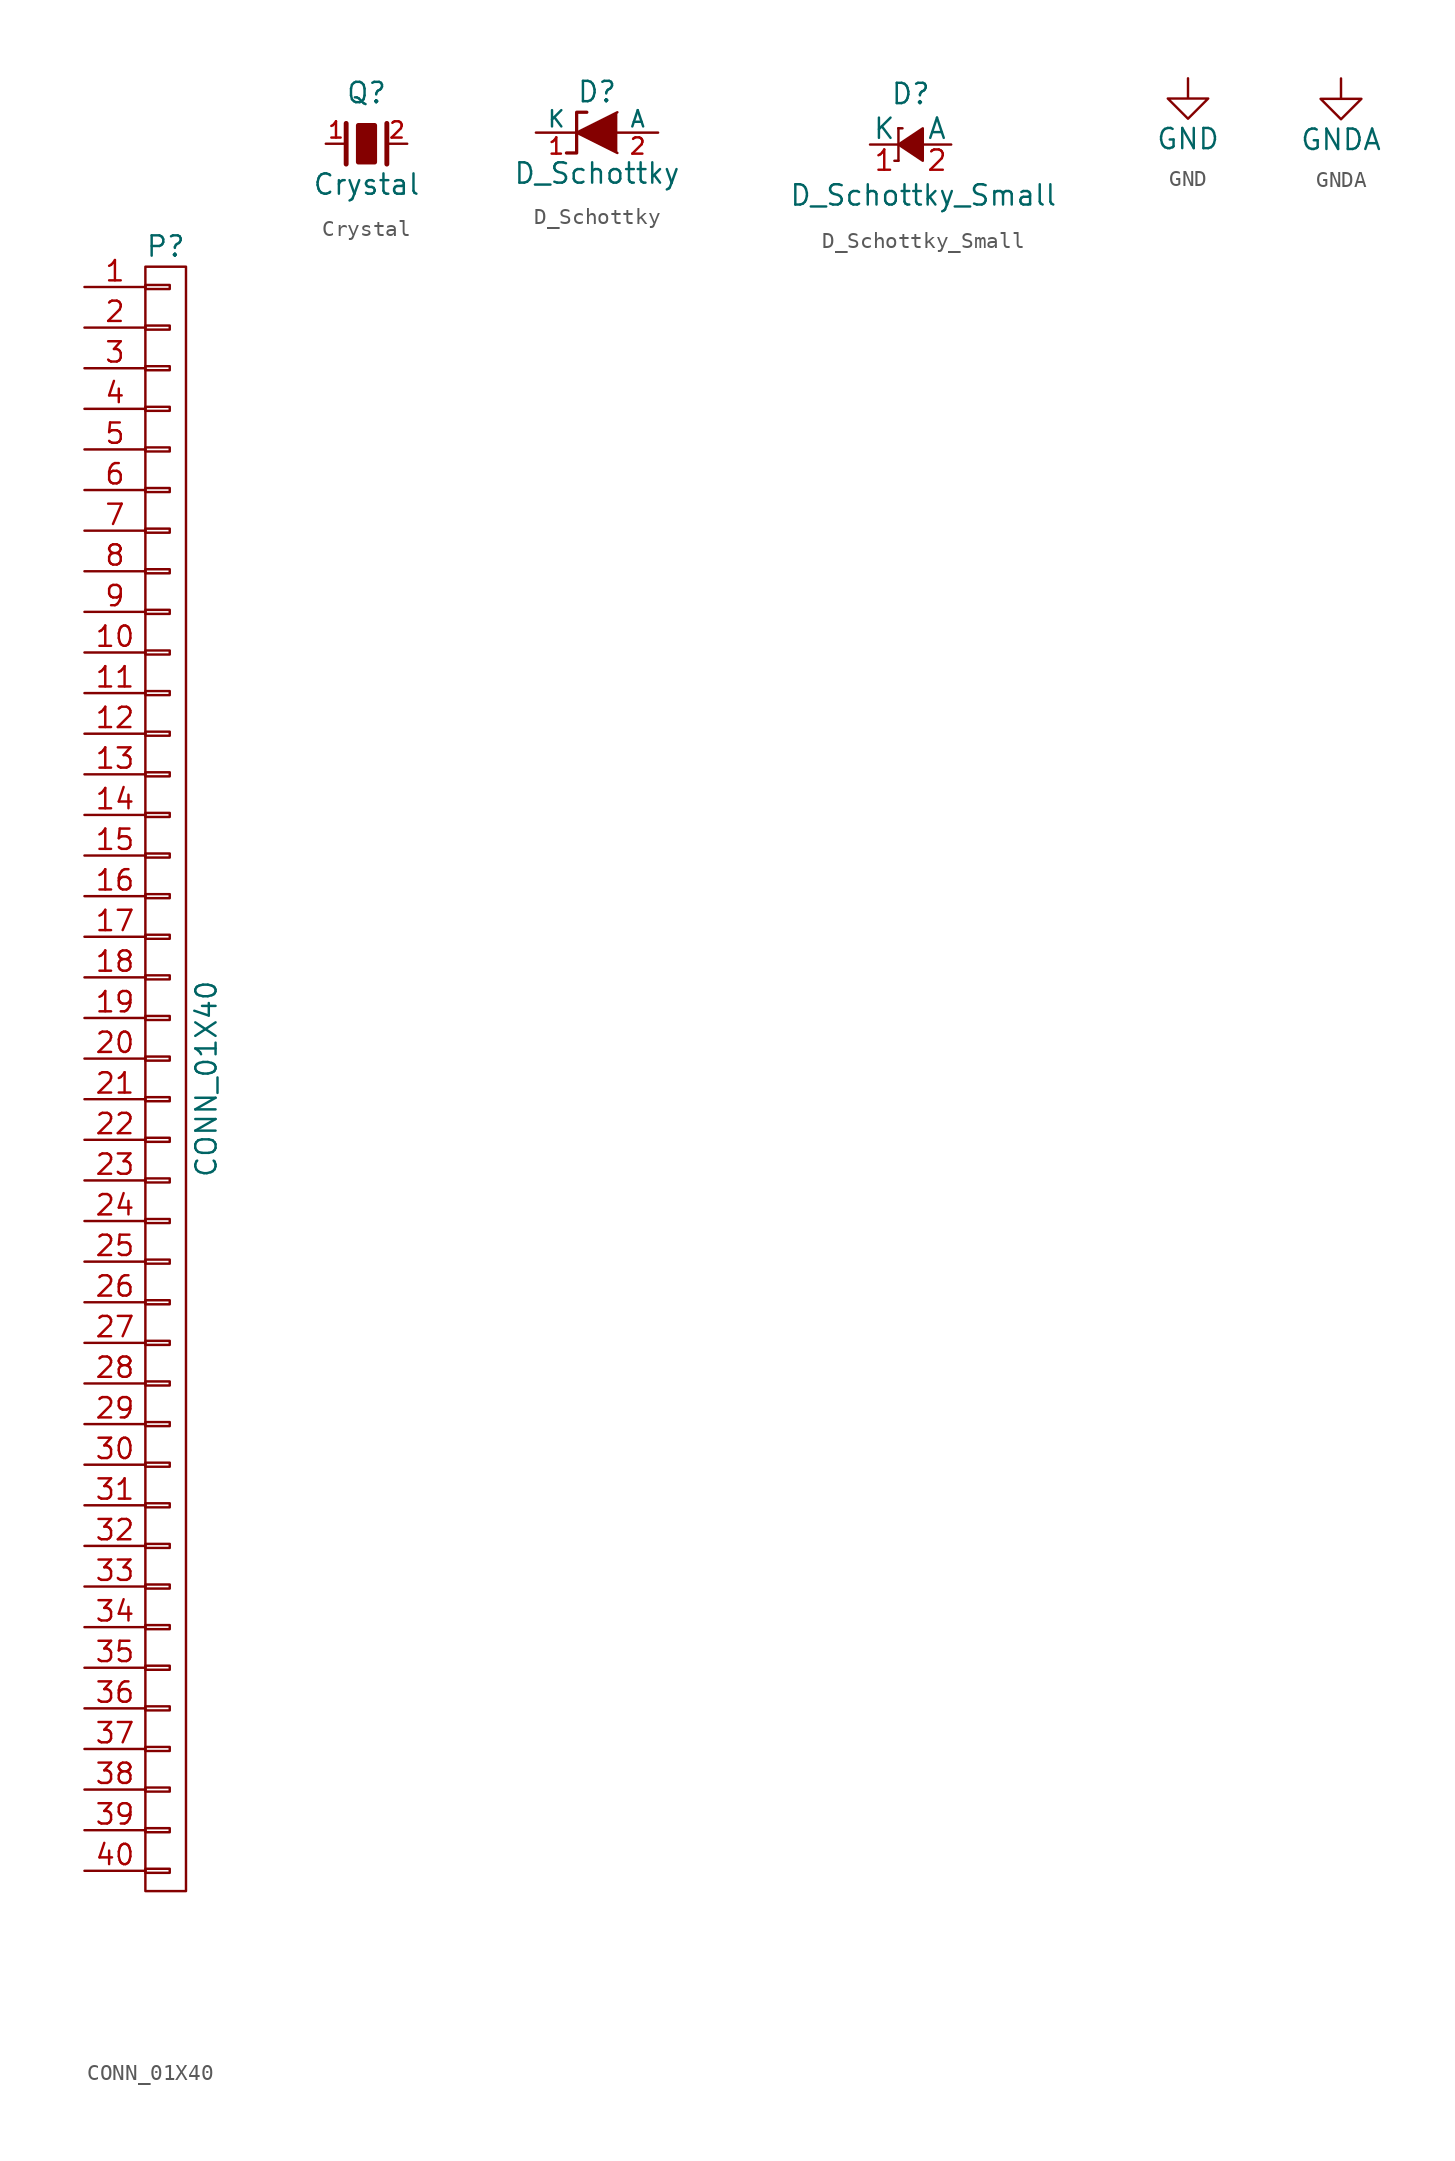
<source format=kicad_sym>
(kicad_symbol_lib
  (version 20241209)
  (generator "kicad_symbol_editor")
  (generator_version "9.0")
  (symbol "CONN_01X40"
    (pin_names
      (offset 1.016)
      (hide yes))
    (property "Reference" "P"
      (at 0 52.07 0)
      (effects (font (size 1.27 1.27))))
    (property "Value" "CONN_01X40"
      (at 2.54 0 90)
      (effects (font (size 1.27 1.27))))
    (property "Footprint" ""
      (at 0 0 0)
      (effects (font (size 1.27 1.27))))
    (property "Datasheet" ""
      (at 0 0 0)
      (effects (font (size 1.27 1.27))))
    (symbol "CONN_01X40_0_1"
      (rectangle (start -1.27 50.8) (end 1.27 -50.8) (stroke (width 0) (type solid)) (fill (type none)))
      (rectangle (start -1.27 49.657) (end 0.254 49.403) (stroke (width 0) (type solid)) (fill (type none)))
      (rectangle (start -1.27 47.117) (end 0.254 46.863) (stroke (width 0) (type solid)) (fill (type none)))
      (rectangle (start -1.27 44.577) (end 0.254 44.323) (stroke (width 0) (type solid)) (fill (type none)))
      (rectangle (start -1.27 42.037) (end 0.254 41.783) (stroke (width 0) (type solid)) (fill (type none)))
      (rectangle (start -1.27 39.497) (end 0.254 39.243) (stroke (width 0) (type solid)) (fill (type none)))
      (rectangle (start -1.27 36.957) (end 0.254 36.703) (stroke (width 0) (type solid)) (fill (type none)))
      (rectangle (start -1.27 34.417) (end 0.254 34.163) (stroke (width 0) (type solid)) (fill (type none)))
      (rectangle (start -1.27 31.877) (end 0.254 31.623) (stroke (width 0) (type solid)) (fill (type none)))
      (rectangle (start -1.27 29.337) (end 0.254 29.083) (stroke (width 0) (type solid)) (fill (type none)))
      (rectangle (start -1.27 26.797) (end 0.254 26.543) (stroke (width 0) (type solid)) (fill (type none)))
      (rectangle (start -1.27 24.257) (end 0.254 24.003) (stroke (width 0) (type solid)) (fill (type none)))
      (rectangle (start -1.27 21.717) (end 0.254 21.463) (stroke (width 0) (type solid)) (fill (type none)))
      (rectangle (start -1.27 19.177) (end 0.254 18.923) (stroke (width 0) (type solid)) (fill (type none)))
      (rectangle (start -1.27 16.637) (end 0.254 16.383) (stroke (width 0) (type solid)) (fill (type none)))
      (rectangle (start -1.27 14.097) (end 0.254 13.843) (stroke (width 0) (type solid)) (fill (type none)))
      (rectangle (start -1.27 11.557) (end 0.254 11.303) (stroke (width 0) (type solid)) (fill (type none)))
      (rectangle (start -1.27 9.017) (end 0.254 8.763) (stroke (width 0) (type solid)) (fill (type none)))
      (rectangle (start -1.27 6.477) (end 0.254 6.223) (stroke (width 0) (type solid)) (fill (type none)))
      (rectangle (start -1.27 3.937) (end 0.254 3.683) (stroke (width 0) (type solid)) (fill (type none)))
      (rectangle (start -1.27 1.397) (end 0.254 1.143) (stroke (width 0) (type solid)) (fill (type none)))
      (rectangle (start -1.27 -1.143) (end 0.254 -1.397) (stroke (width 0) (type solid)) (fill (type none)))
      (rectangle (start -1.27 -3.683) (end 0.254 -3.937) (stroke (width 0) (type solid)) (fill (type none)))
      (rectangle (start -1.27 -6.223) (end 0.254 -6.477) (stroke (width 0) (type solid)) (fill (type none)))
      (rectangle (start -1.27 -8.763) (end 0.254 -9.017) (stroke (width 0) (type solid)) (fill (type none)))
      (rectangle (start -1.27 -11.303) (end 0.254 -11.557) (stroke (width 0) (type solid)) (fill (type none)))
      (rectangle (start -1.27 -13.843) (end 0.254 -14.097) (stroke (width 0) (type solid)) (fill (type none)))
      (rectangle (start -1.27 -16.383) (end 0.254 -16.637) (stroke (width 0) (type solid)) (fill (type none)))
      (rectangle (start -1.27 -18.923) (end 0.254 -19.177) (stroke (width 0) (type solid)) (fill (type none)))
      (rectangle (start -1.27 -21.463) (end 0.254 -21.717) (stroke (width 0) (type solid)) (fill (type none)))
      (rectangle (start -1.27 -24.003) (end 0.254 -24.257) (stroke (width 0) (type solid)) (fill (type none)))
      (rectangle (start -1.27 -26.543) (end 0.254 -26.797) (stroke (width 0) (type solid)) (fill (type none)))
      (rectangle (start -1.27 -29.083) (end 0.254 -29.337) (stroke (width 0) (type solid)) (fill (type none)))
      (rectangle (start -1.27 -31.623) (end 0.254 -31.877) (stroke (width 0) (type solid)) (fill (type none)))
      (rectangle (start -1.27 -34.163) (end 0.254 -34.417) (stroke (width 0) (type solid)) (fill (type none)))
      (rectangle (start -1.27 -36.703) (end 0.254 -36.957) (stroke (width 0) (type solid)) (fill (type none)))
      (rectangle (start -1.27 -39.243) (end 0.254 -39.497) (stroke (width 0) (type solid)) (fill (type none)))
      (rectangle (start -1.27 -41.783) (end 0.254 -42.037) (stroke (width 0) (type solid)) (fill (type none)))
      (rectangle (start -1.27 -44.323) (end 0.254 -44.577) (stroke (width 0) (type solid)) (fill (type none)))
      (rectangle (start -1.27 -46.863) (end 0.254 -47.117) (stroke (width 0) (type solid)) (fill (type none)))
      (rectangle (start -1.27 -49.403) (end 0.254 -49.657) (stroke (width 0) (type solid)) (fill (type none))))
    (symbol "CONN_01X40_1_1"
      (pin passive line (at -5.08 49.53 0) (length 3.81) (name "P1" (effects (font (size 1.27 1.27)))) (number "1" (effects (font (size 1.27 1.27)))))
      (pin passive line (at -5.08 46.99 0) (length 3.81) (name "P2" (effects (font (size 1.27 1.27)))) (number "2" (effects (font (size 1.27 1.27)))))
      (pin passive line (at -5.08 44.45 0) (length 3.81) (name "P3" (effects (font (size 1.27 1.27)))) (number "3" (effects (font (size 1.27 1.27)))))
      (pin passive line (at -5.08 41.91 0) (length 3.81) (name "P4" (effects (font (size 1.27 1.27)))) (number "4" (effects (font (size 1.27 1.27)))))
      (pin passive line (at -5.08 39.37 0) (length 3.81) (name "P5" (effects (font (size 1.27 1.27)))) (number "5" (effects (font (size 1.27 1.27)))))
      (pin passive line (at -5.08 36.83 0) (length 3.81) (name "P6" (effects (font (size 1.27 1.27)))) (number "6" (effects (font (size 1.27 1.27)))))
      (pin passive line (at -5.08 34.29 0) (length 3.81) (name "P7" (effects (font (size 1.27 1.27)))) (number "7" (effects (font (size 1.27 1.27)))))
      (pin passive line (at -5.08 31.75 0) (length 3.81) (name "P8" (effects (font (size 1.27 1.27)))) (number "8" (effects (font (size 1.27 1.27)))))
      (pin passive line (at -5.08 29.21 0) (length 3.81) (name "P9" (effects (font (size 1.27 1.27)))) (number "9" (effects (font (size 1.27 1.27)))))
      (pin passive line (at -5.08 26.67 0) (length 3.81) (name "P10" (effects (font (size 1.27 1.27)))) (number "10" (effects (font (size 1.27 1.27)))))
      (pin passive line (at -5.08 24.13 0) (length 3.81) (name "P11" (effects (font (size 1.27 1.27)))) (number "11" (effects (font (size 1.27 1.27)))))
      (pin passive line (at -5.08 21.59 0) (length 3.81) (name "P12" (effects (font (size 1.27 1.27)))) (number "12" (effects (font (size 1.27 1.27)))))
      (pin passive line (at -5.08 19.05 0) (length 3.81) (name "P13" (effects (font (size 1.27 1.27)))) (number "13" (effects (font (size 1.27 1.27)))))
      (pin passive line (at -5.08 16.51 0) (length 3.81) (name "P14" (effects (font (size 1.27 1.27)))) (number "14" (effects (font (size 1.27 1.27)))))
      (pin passive line (at -5.08 13.97 0) (length 3.81) (name "P15" (effects (font (size 1.27 1.27)))) (number "15" (effects (font (size 1.27 1.27)))))
      (pin passive line (at -5.08 11.43 0) (length 3.81) (name "P16" (effects (font (size 1.27 1.27)))) (number "16" (effects (font (size 1.27 1.27)))))
      (pin passive line (at -5.08 8.89 0) (length 3.81) (name "P17" (effects (font (size 1.27 1.27)))) (number "17" (effects (font (size 1.27 1.27)))))
      (pin passive line (at -5.08 6.35 0) (length 3.81) (name "P18" (effects (font (size 1.27 1.27)))) (number "18" (effects (font (size 1.27 1.27)))))
      (pin passive line (at -5.08 3.81 0) (length 3.81) (name "P19" (effects (font (size 1.27 1.27)))) (number "19" (effects (font (size 1.27 1.27)))))
      (pin passive line (at -5.08 1.27 0) (length 3.81) (name "P20" (effects (font (size 1.27 1.27)))) (number "20" (effects (font (size 1.27 1.27)))))
      (pin passive line (at -5.08 -1.27 0) (length 3.81) (name "P21" (effects (font (size 1.27 1.27)))) (number "21" (effects (font (size 1.27 1.27)))))
      (pin passive line (at -5.08 -3.81 0) (length 3.81) (name "P22" (effects (font (size 1.27 1.27)))) (number "22" (effects (font (size 1.27 1.27)))))
      (pin passive line (at -5.08 -6.35 0) (length 3.81) (name "P23" (effects (font (size 1.27 1.27)))) (number "23" (effects (font (size 1.27 1.27)))))
      (pin passive line (at -5.08 -8.89 0) (length 3.81) (name "P24" (effects (font (size 1.27 1.27)))) (number "24" (effects (font (size 1.27 1.27)))))
      (pin passive line (at -5.08 -11.43 0) (length 3.81) (name "P25" (effects (font (size 1.27 1.27)))) (number "25" (effects (font (size 1.27 1.27)))))
      (pin passive line (at -5.08 -13.97 0) (length 3.81) (name "P26" (effects (font (size 1.27 1.27)))) (number "26" (effects (font (size 1.27 1.27)))))
      (pin passive line (at -5.08 -16.51 0) (length 3.81) (name "P27" (effects (font (size 1.27 1.27)))) (number "27" (effects (font (size 1.27 1.27)))))
      (pin passive line (at -5.08 -19.05 0) (length 3.81) (name "P28" (effects (font (size 1.27 1.27)))) (number "28" (effects (font (size 1.27 1.27)))))
      (pin passive line (at -5.08 -21.59 0) (length 3.81) (name "P29" (effects (font (size 1.27 1.27)))) (number "29" (effects (font (size 1.27 1.27)))))
      (pin passive line (at -5.08 -24.13 0) (length 3.81) (name "P30" (effects (font (size 1.27 1.27)))) (number "30" (effects (font (size 1.27 1.27)))))
      (pin passive line (at -5.08 -26.67 0) (length 3.81) (name "P31" (effects (font (size 1.27 1.27)))) (number "31" (effects (font (size 1.27 1.27)))))
      (pin passive line (at -5.08 -29.21 0) (length 3.81) (name "P32" (effects (font (size 1.27 1.27)))) (number "32" (effects (font (size 1.27 1.27)))))
      (pin passive line (at -5.08 -31.75 0) (length 3.81) (name "P33" (effects (font (size 1.27 1.27)))) (number "33" (effects (font (size 1.27 1.27)))))
      (pin passive line (at -5.08 -34.29 0) (length 3.81) (name "P34" (effects (font (size 1.27 1.27)))) (number "34" (effects (font (size 1.27 1.27)))))
      (pin passive line (at -5.08 -36.83 0) (length 3.81) (name "P35" (effects (font (size 1.27 1.27)))) (number "35" (effects (font (size 1.27 1.27)))))
      (pin passive line (at -5.08 -39.37 0) (length 3.81) (name "P36" (effects (font (size 1.27 1.27)))) (number "36" (effects (font (size 1.27 1.27)))))
      (pin passive line (at -5.08 -41.91 0) (length 3.81) (name "P37" (effects (font (size 1.27 1.27)))) (number "37" (effects (font (size 1.27 1.27)))))
      (pin passive line (at -5.08 -44.45 0) (length 3.81) (name "P38" (effects (font (size 1.27 1.27)))) (number "38" (effects (font (size 1.27 1.27)))))
      (pin passive line (at -5.08 -46.99 0) (length 3.81) (name "P39" (effects (font (size 1.27 1.27)))) (number "39" (effects (font (size 1.27 1.27)))))
      (pin passive line (at -5.08 -49.53 0) (length 3.81) (name "P40" (effects (font (size 1.27 1.27)))) (number "40" (effects (font (size 1.27 1.27)))))))
  (symbol "Crystal"
    (pin_names
      (offset 1.016)
      (hide yes))
    (property "Reference" "Q"
      (at 0 3.175 0)
      (effects (font (size 1.27 1.27))))
    (property "Value" "Crystal"
      (at 0 -2.54 0)
      (effects (font (size 1.27 1.27))))
    (property "Footprint" ""
      (at 0 0 0)
      (effects (font (size 1.524 1.524))))
    (property "Datasheet" ""
      (at 0 0 0)
      (effects (font (size 1.524 1.524))))
    (symbol "Crystal_0_1"
      (polyline (pts (xy -1.27 -1.27) (xy -1.27 1.27)) (stroke (width 0.305) (type solid)) (fill (type none)))
      (rectangle (start -0.508 1.143) (end 0.508 -1.143) (stroke (width 0.305) (type solid)) (fill (type outline)))
      (polyline (pts (xy 1.27 -1.27) (xy 1.27 1.27)) (stroke (width 0.305) (type solid)) (fill (type none))))
    (symbol "Crystal_1_1"
      (pin passive line (at -2.54 0 0) (length 1.27) (name "1" (effects (font (size 1.016 1.016)))) (number "1" (effects (font (size 1.016 1.016)))))
      (pin passive line (at 2.54 0 180) (length 1.27) (name "2" (effects (font (size 1.016 1.016)))) (number "2" (effects (font (size 1.016 1.016)))))))
  (symbol "D_Schottky"
    (pin_names
      (offset 0))
    (property "Reference" "D"
      (at 0 2.54 0)
      (effects (font (size 1.27 1.27))))
    (property "Value" "D_Schottky"
      (at 0 -2.54 0)
      (effects (font (size 1.27 1.27))))
    (property "Footprint" ""
      (at 0 0 0)
      (effects (font (size 1.524 1.524))))
    (property "Datasheet" ""
      (at 0 0 0)
      (effects (font (size 1.524 1.524))))
    (symbol "D_Schottky_0_1"
      (polyline (pts (xy -0.635 1.27) (xy -1.27 1.27) (xy -1.27 -1.27) (xy -1.905 -1.27)) (stroke (width 0.203) (type solid)) (fill (type none)))
      (polyline (pts (xy 1.27 -1.27) (xy -1.27 0) (xy 1.27 1.27)) (stroke (width 0) (type solid)) (fill (type outline))))
    (symbol "D_Schottky_1_1"
      (pin passive line (at -3.81 0 0) (length 2.54) (name "K" (effects (font (size 1.016 1.016)))) (number "1" (effects (font (size 1.016 1.016)))))
      (pin passive line (at 3.81 0 180) (length 2.54) (name "A" (effects (font (size 1.016 1.016)))) (number "2" (effects (font (size 1.016 1.016)))))))
  (symbol "D_Schottky_Small"
    (pin_names
      (offset 0))
    (property "Reference" "D"
      (at -1.27 3.175 0)
      (effects (font (size 1.27 1.27)) (justify left)))
    (property "Value" "D_Schottky_Small"
      (at -7.62 -3.175 0)
      (effects (font (size 1.27 1.27)) (justify left)))
    (property "Footprint" ""
      (at 0 0 90)
      (effects (font (size 1.524 1.524))))
    (property "Datasheet" ""
      (at 0 0 90)
      (effects (font (size 1.524 1.524))))
    (symbol "D_Schottky_Small_0_1"
      (polyline (pts (xy -0.762 1.016) (xy -0.762 1.016)) (stroke (width 0) (type solid)) (fill (type none)))
      (polyline (pts (xy -0.762 1.016) (xy -0.508 1.016)) (stroke (width 0) (type solid)) (fill (type none)))
      (polyline (pts (xy -0.762 -1.016) (xy -1.016 -1.016)) (stroke (width 0) (type solid)) (fill (type none)))
      (polyline (pts (xy -0.762 -1.016) (xy -0.762 1.016)) (stroke (width 0) (type solid)) (fill (type none)))
      (polyline (pts (xy 0.762 -1.016) (xy -0.762 0) (xy 0.762 1.016) (xy 0.762 -1.016)) (stroke (width 0) (type solid)) (fill (type outline))))
    (symbol "D_Schottky_Small_1_1"
      (pin passive line (at -2.54 0 0) (length 1.778) (name "K" (effects (font (size 1.27 1.27)))) (number "1" (effects (font (size 1.27 1.27)))))
      (pin passive line (at 2.54 0 180) (length 1.778) (name "A" (effects (font (size 1.27 1.27)))) (number "2" (effects (font (size 1.27 1.27)))))))
  (symbol "GND"
    (power)
    (pin_names
      (offset 0))
    (property "Reference" "#PWR"
      (at 0 -6.35 0)
      (effects (font (size 1.27 1.27)) (hide yes)))
    (property "Value" "GND"
      (at 0 -3.81 0)
      (effects (font (size 1.27 1.27))))
    (property "Footprint" ""
      (at 0 0 0)
      (effects (font (size 1.524 1.524))))
    (property "Datasheet" ""
      (at 0 0 0)
      (effects (font (size 1.524 1.524))))
    (symbol "GND_0_1"
      (polyline (pts (xy 0 0) (xy 0 -1.27) (xy 1.27 -1.27) (xy 0 -2.54) (xy -1.27 -1.27) (xy 0 -1.27)) (stroke (width 0) (type solid)) (fill (type none))))
    (symbol "GND_1_1"
      (pin power_in line (at 0 0 270) (length 0) (hide yes) (name "GND" (effects (font (size 1.27 1.27)))) (number "1" (effects (font (size 1.27 1.27)))))))
  (symbol "GNDA"
    (power)
    (pin_names
      (offset 0))
    (property "Reference" "#PWR"
      (at 0 -6.35 0)
      (effects (font (size 1.27 1.27)) (hide yes)))
    (property "Value" "GNDA"
      (at 0 -3.81 0)
      (effects (font (size 1.27 1.27))))
    (property "Footprint" ""
      (at 0 0 0)
      (effects (font (size 1.524 1.524))))
    (property "Datasheet" ""
      (at 0 0 0)
      (effects (font (size 1.524 1.524))))
    (symbol "GNDA_0_1"
      (polyline (pts (xy 0 0) (xy 0 -1.27) (xy 1.27 -1.27) (xy 0 -2.54) (xy -1.27 -1.27) (xy 0 -1.27)) (stroke (width 0) (type solid)) (fill (type none))))
    (symbol "GNDA_1_1"
      (pin power_in line (at 0 0 270) (length 0) (hide yes) (name "GNDA" (effects (font (size 1.27 1.27)))) (number "1" (effects (font (size 1.27 1.27))))))))
</source>
